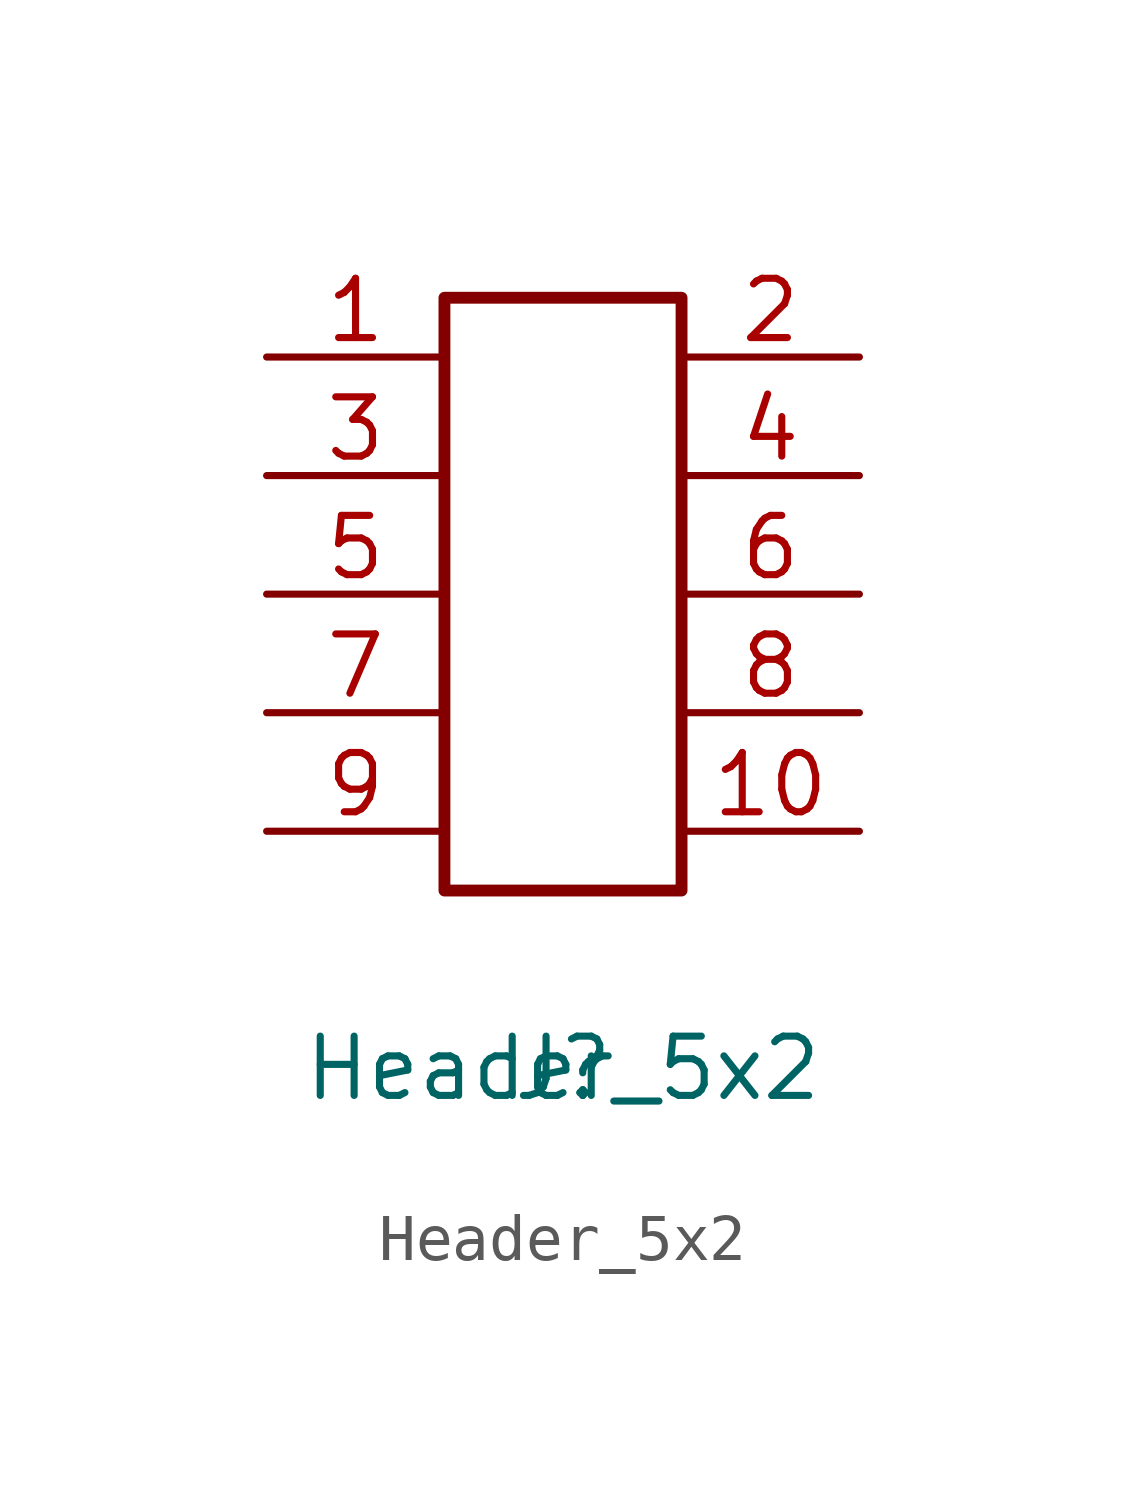
<source format=kicad_sym>
(kicad_symbol_lib
  (version 20211014)
  (generator kicad_symbol_editor)
  (symbol "Header_5x2"
    (pin_names hide)
    (property "Reference" "J"
      (at 0 0 0)
      (effects (font (size 1.27 1.27))))
    (property "Value" "Header_5x2"
      (at 0 0 0)
      (effects (font (size 1.27 1.27))))
    (symbol "Header_5x2_1_1"
      (rectangle (start -2.54 16.51) (end 2.54 3.81) (stroke (width 0.254) (type default) (color 0 0 0 0)) (fill (type none)))
      (pin passive line (at -6.35 15.24 0) (length 3.81) (name "Pin_1" (effects (font (size 1.27 1.27)))) (number "1" (effects (font (size 1.27 1.27)))))
      (pin passive line (at 6.35 5.08 180) (length 3.81) (name "Pin_10" (effects (font (size 1.27 1.27)))) (number "10" (effects (font (size 1.27 1.27)))))
      (pin passive line (at 6.35 15.24 180) (length 3.81) (name "Pin_2" (effects (font (size 1.27 1.27)))) (number "2" (effects (font (size 1.27 1.27)))))
      (pin passive line (at -6.35 12.7 0) (length 3.81) (name "Pin_3" (effects (font (size 1.27 1.27)))) (number "3" (effects (font (size 1.27 1.27)))))
      (pin passive line (at 6.35 12.7 180) (length 3.81) (name "Pin_4" (effects (font (size 1.27 1.27)))) (number "4" (effects (font (size 1.27 1.27)))))
      (pin passive line (at -6.35 10.16 0) (length 3.81) (name "Pin_5" (effects (font (size 1.27 1.27)))) (number "5" (effects (font (size 1.27 1.27)))))
      (pin passive line (at 6.35 10.16 180) (length 3.81) (name "Pin_6" (effects (font (size 1.27 1.27)))) (number "6" (effects (font (size 1.27 1.27)))))
      (pin passive line (at -6.35 7.62 0) (length 3.81) (name "Pin7" (effects (font (size 1.27 1.27)))) (number "7" (effects (font (size 1.27 1.27)))))
      (pin passive line (at 6.35 7.62 180) (length 3.81) (name "Pin_8" (effects (font (size 1.27 1.27)))) (number "8" (effects (font (size 1.27 1.27)))))
      (pin passive line (at -6.35 5.08 0) (length 3.81) (name "Pin_9" (effects (font (size 1.27 1.27)))) (number "9" (effects (font (size 1.27 1.27))))))))
</source>
